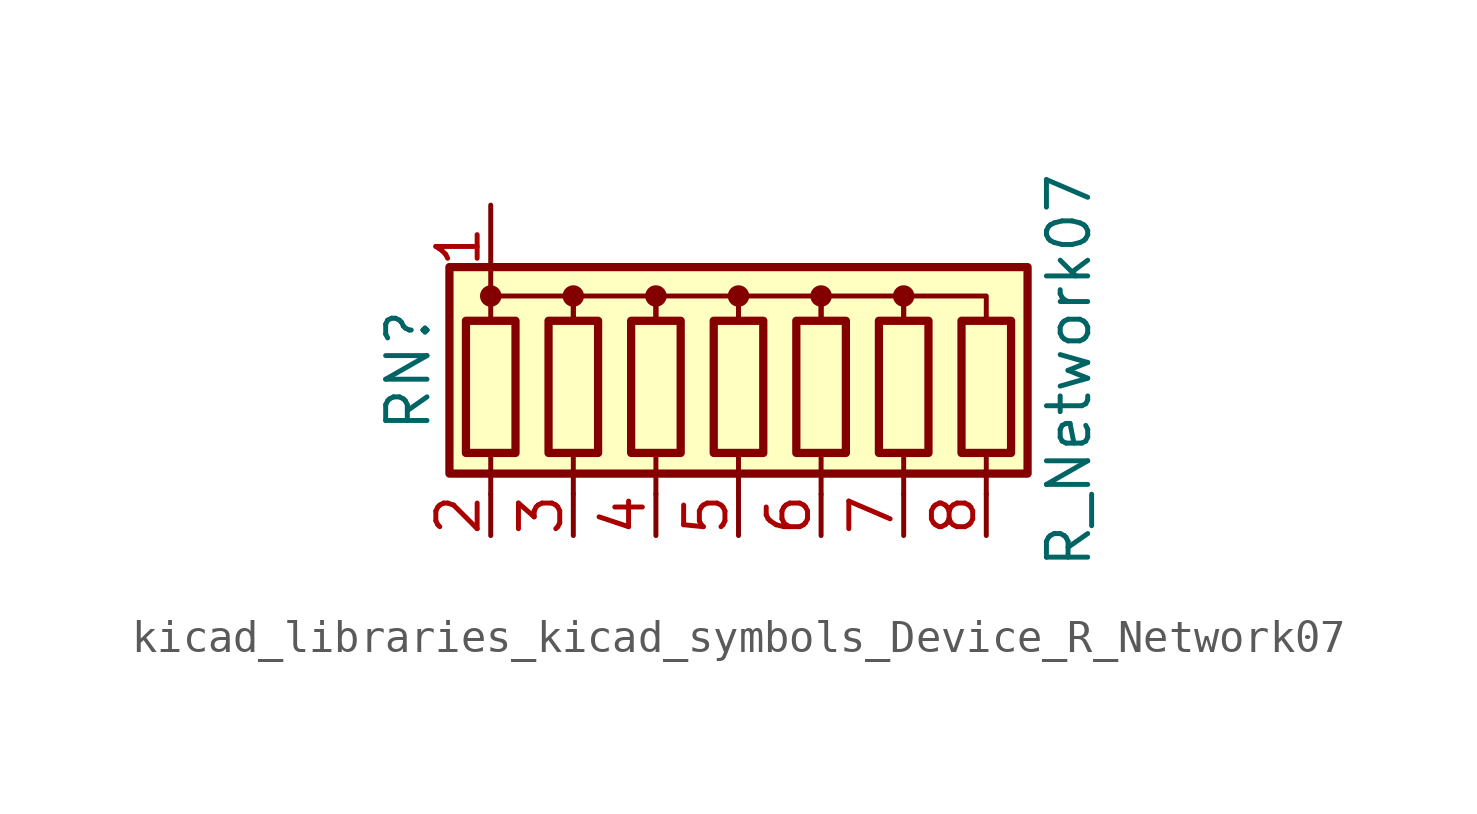
<source format=kicad_sym>
(kicad_symbol_lib
  (version 20220914)
  (generator kicad_symbol_editor)
  (symbol "kicad_libraries_kicad_symbols_Device_R_Network07"
    (pin_names
      (offset 0) hide)
    (property "Reference" "RN"
      (at -10.16 0 90)
      (effects (font (size 1.27 1.27))))
    (property "Value" "R_Network07"
      (at 10.16 0 90)
      (effects (font (size 1.27 1.27))))
    (symbol "kicad_libraries_kicad_symbols_Device_R_Network07_0_1"
      (rectangle (start -8.89 -3.175) (end 8.89 3.175) (stroke (width 0.254) (type default)) (fill (type background)))
      (rectangle (start -8.382 1.524) (end -6.858 -2.54) (stroke (width 0.254) (type default)) (fill (type none)))
      (circle (center -7.62 2.286) (radius 0.254) (stroke (width 0) (type default)) (fill (type outline)))
      (rectangle (start -5.842 1.524) (end -4.318 -2.54) (stroke (width 0.254) (type default)) (fill (type none)))
      (circle (center -5.08 2.286) (radius 0.254) (stroke (width 0) (type default)) (fill (type outline)))
      (rectangle (start -3.302 1.524) (end -1.778 -2.54) (stroke (width 0.254) (type default)) (fill (type none)))
      (circle (center -2.54 2.286) (radius 0.254) (stroke (width 0) (type default)) (fill (type outline)))
      (rectangle (start -0.762 1.524) (end 0.762 -2.54) (stroke (width 0.254) (type default)) (fill (type none)))
      (polyline (pts (xy -7.62 -2.54) (xy -7.62 -3.81)) (stroke (width 0) (type default)) (fill (type none)))
      (polyline (pts (xy -5.08 -2.54) (xy -5.08 -3.81)) (stroke (width 0) (type default)) (fill (type none)))
      (polyline (pts (xy -2.54 -2.54) (xy -2.54 -3.81)) (stroke (width 0) (type default)) (fill (type none)))
      (polyline (pts (xy 0 -2.54) (xy 0 -3.81)) (stroke (width 0) (type default)) (fill (type none)))
      (polyline (pts (xy 2.54 -2.54) (xy 2.54 -3.81)) (stroke (width 0) (type default)) (fill (type none)))
      (polyline (pts (xy 5.08 -2.54) (xy 5.08 -3.81)) (stroke (width 0) (type default)) (fill (type none)))
      (polyline (pts (xy 7.62 -2.54) (xy 7.62 -3.81)) (stroke (width 0) (type default)) (fill (type none)))
      (polyline (pts (xy -7.62 1.524) (xy -7.62 2.286) (xy -5.08 2.286) (xy -5.08 1.524)) (stroke (width 0) (type default)) (fill (type none)))
      (polyline (pts (xy -5.08 1.524) (xy -5.08 2.286) (xy -2.54 2.286) (xy -2.54 1.524)) (stroke (width 0) (type default)) (fill (type none)))
      (polyline (pts (xy -2.54 1.524) (xy -2.54 2.286) (xy 0 2.286) (xy 0 1.524)) (stroke (width 0) (type default)) (fill (type none)))
      (polyline (pts (xy 0 1.524) (xy 0 2.286) (xy 2.54 2.286) (xy 2.54 1.524)) (stroke (width 0) (type default)) (fill (type none)))
      (polyline (pts (xy 2.54 1.524) (xy 2.54 2.286) (xy 5.08 2.286) (xy 5.08 1.524)) (stroke (width 0) (type default)) (fill (type none)))
      (polyline (pts (xy 5.08 1.524) (xy 5.08 2.286) (xy 7.62 2.286) (xy 7.62 1.524)) (stroke (width 0) (type default)) (fill (type none)))
      (circle (center 0 2.286) (radius 0.254) (stroke (width 0) (type default)) (fill (type outline)))
      (rectangle (start 1.778 1.524) (end 3.302 -2.54) (stroke (width 0.254) (type default)) (fill (type none)))
      (circle (center 2.54 2.286) (radius 0.254) (stroke (width 0) (type default)) (fill (type outline)))
      (rectangle (start 4.318 1.524) (end 5.842 -2.54) (stroke (width 0.254) (type default)) (fill (type none)))
      (circle (center 5.08 2.286) (radius 0.254) (stroke (width 0) (type default)) (fill (type outline)))
      (rectangle (start 6.858 1.524) (end 8.382 -2.54) (stroke (width 0.254) (type default)) (fill (type none))))
    (symbol "kicad_libraries_kicad_symbols_Device_R_Network07_1_1"
      (pin passive line (at -7.62 5.08 270) (length 2.54) (name "common" (effects (font (size 1.27 1.27)))) (number "1" (effects (font (size 1.27 1.27)))))
      (pin passive line (at -7.62 -5.08 90) (length 1.27) (name "R1" (effects (font (size 1.27 1.27)))) (number "2" (effects (font (size 1.27 1.27)))))
      (pin passive line (at -5.08 -5.08 90) (length 1.27) (name "R2" (effects (font (size 1.27 1.27)))) (number "3" (effects (font (size 1.27 1.27)))))
      (pin passive line (at -2.54 -5.08 90) (length 1.27) (name "R3" (effects (font (size 1.27 1.27)))) (number "4" (effects (font (size 1.27 1.27)))))
      (pin passive line (at 0 -5.08 90) (length 1.27) (name "R4" (effects (font (size 1.27 1.27)))) (number "5" (effects (font (size 1.27 1.27)))))
      (pin passive line (at 2.54 -5.08 90) (length 1.27) (name "R5" (effects (font (size 1.27 1.27)))) (number "6" (effects (font (size 1.27 1.27)))))
      (pin passive line (at 5.08 -5.08 90) (length 1.27) (name "R6" (effects (font (size 1.27 1.27)))) (number "7" (effects (font (size 1.27 1.27)))))
      (pin passive line (at 7.62 -5.08 90) (length 1.27) (name "R7" (effects (font (size 1.27 1.27)))) (number "8" (effects (font (size 1.27 1.27))))))))
</source>
